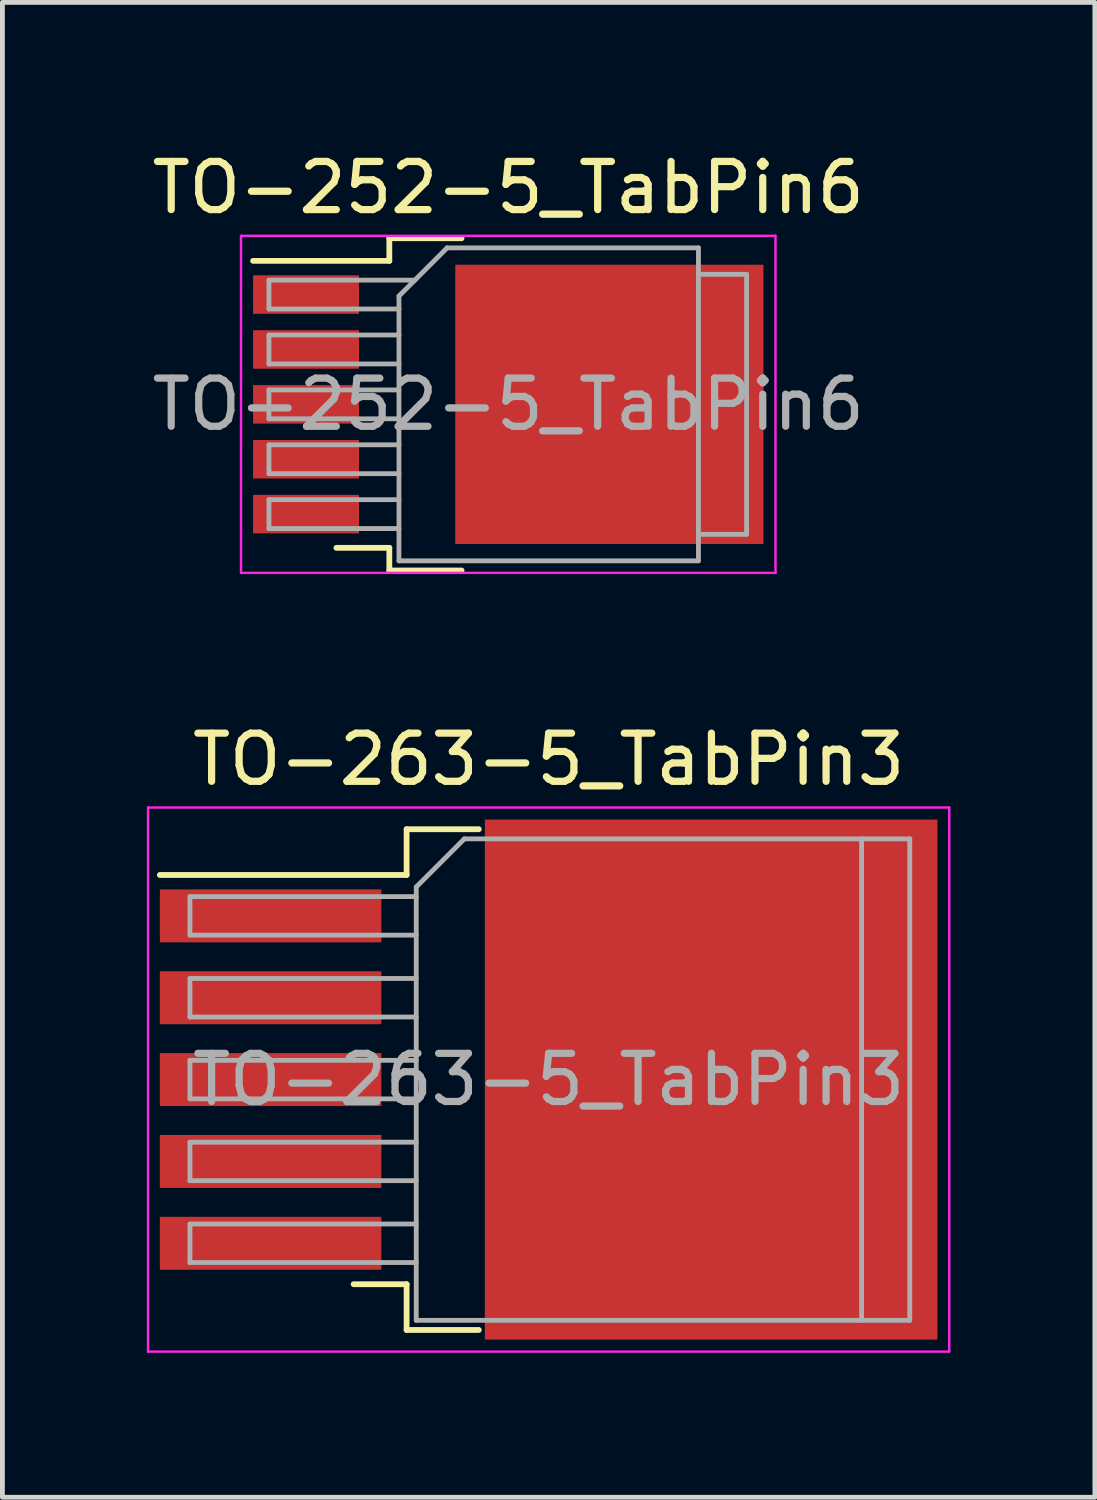
<source format=kicad_pcb>
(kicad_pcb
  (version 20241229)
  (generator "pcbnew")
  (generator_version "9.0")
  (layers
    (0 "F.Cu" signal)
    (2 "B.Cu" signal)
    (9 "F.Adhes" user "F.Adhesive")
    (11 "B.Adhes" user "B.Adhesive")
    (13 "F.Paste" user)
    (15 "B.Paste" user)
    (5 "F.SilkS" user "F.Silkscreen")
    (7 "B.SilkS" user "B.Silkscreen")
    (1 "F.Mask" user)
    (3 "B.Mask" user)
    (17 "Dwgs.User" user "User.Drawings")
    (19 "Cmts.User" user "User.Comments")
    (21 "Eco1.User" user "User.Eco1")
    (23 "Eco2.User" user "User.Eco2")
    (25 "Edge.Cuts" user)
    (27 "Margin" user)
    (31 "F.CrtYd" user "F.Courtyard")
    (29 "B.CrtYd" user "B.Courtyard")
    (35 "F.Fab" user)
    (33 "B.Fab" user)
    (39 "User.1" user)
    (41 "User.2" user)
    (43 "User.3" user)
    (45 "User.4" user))
  (footprint "TO-263-5_TabPin3"
    (layer "F.Cu")
    (at 8.345 19.372)
    (property "Reference" "TO-263-5_TabPin3" (at 0 -6.65 0) (layer "F.SilkS") (effects (font (size 1 1) (thickness 0.15))))
    (attr smd)
    (fp_line (start -2.95 -5.2) (end -2.95 -4.25) (stroke (width 0.12) (type solid)) (layer "F.SilkS"))
    (fp_line (start -2.95 -4.25) (end -8.075 -4.25) (stroke (width 0.12) (type solid)) (layer "F.SilkS"))
    (fp_line (start -2.95 4.25) (end -4.05 4.25) (stroke (width 0.12) (type solid)) (layer "F.SilkS"))
    (fp_line (start -2.95 5.2) (end -2.95 4.25) (stroke (width 0.12) (type solid)) (layer "F.SilkS"))
    (fp_line (start -1.45 -5.2) (end -2.95 -5.2) (stroke (width 0.12) (type solid)) (layer "F.SilkS"))
    (fp_line (start -1.45 5.2) (end -2.95 5.2) (stroke (width 0.12) (type solid)) (layer "F.SilkS"))
    (fp_line (start -8.32 -5.65) (end -8.32 5.65) (stroke (width 0.05) (type solid)) (layer "F.CrtYd"))
    (fp_line (start -8.32 5.65) (end 8.32 5.65) (stroke (width 0.05) (type solid)) (layer "F.CrtYd"))
    (fp_line (start 8.32 -5.65) (end -8.32 -5.65) (stroke (width 0.05) (type solid)) (layer "F.CrtYd"))
    (fp_line (start 8.32 5.65) (end 8.32 -5.65) (stroke (width 0.05) (type solid)) (layer "F.CrtYd"))
    (fp_line (start -7.45 -3.8) (end -7.45 -3) (stroke (width 0.1) (type solid)) (layer "F.Fab"))
    (fp_line (start -7.45 -3) (end -2.75 -3) (stroke (width 0.1) (type solid)) (layer "F.Fab"))
    (fp_line (start -7.45 -2.1) (end -7.45 -1.3) (stroke (width 0.1) (type solid)) (layer "F.Fab"))
    (fp_line (start -7.45 -1.3) (end -2.75 -1.3) (stroke (width 0.1) (type solid)) (layer "F.Fab"))
    (fp_line (start -7.45 -0.4) (end -7.45 0.4) (stroke (width 0.1) (type solid)) (layer "F.Fab"))
    (fp_line (start -7.45 0.4) (end -2.75 0.4) (stroke (width 0.1) (type solid)) (layer "F.Fab"))
    (fp_line (start -7.45 1.3) (end -7.45 2.1) (stroke (width 0.1) (type solid)) (layer "F.Fab"))
    (fp_line (start -7.45 2.1) (end -2.75 2.1) (stroke (width 0.1) (type solid)) (layer "F.Fab"))
    (fp_line (start -7.45 3) (end -7.45 3.8) (stroke (width 0.1) (type solid)) (layer "F.Fab"))
    (fp_line (start -7.45 3.8) (end -2.75 3.8) (stroke (width 0.1) (type solid)) (layer "F.Fab"))
    (fp_line (start -2.75 -4) (end -1.75 -5) (stroke (width 0.1) (type solid)) (layer "F.Fab"))
    (fp_line (start -2.75 -3.8) (end -7.45 -3.8) (stroke (width 0.1) (type solid)) (layer "F.Fab"))
    (fp_line (start -2.75 -2.1) (end -7.45 -2.1) (stroke (width 0.1) (type solid)) (layer "F.Fab"))
    (fp_line (start -2.75 -0.4) (end -7.45 -0.4) (stroke (width 0.1) (type solid)) (layer "F.Fab"))
    (fp_line (start -2.75 1.3) (end -7.45 1.3) (stroke (width 0.1) (type solid)) (layer "F.Fab"))
    (fp_line (start -2.75 3) (end -7.45 3) (stroke (width 0.1) (type solid)) (layer "F.Fab"))
    (fp_line (start -2.75 5) (end -2.75 -4) (stroke (width 0.1) (type solid)) (layer "F.Fab"))
    (fp_line (start -1.75 -5) (end 6.5 -5) (stroke (width 0.1) (type solid)) (layer "F.Fab"))
    (fp_line (start 6.5 -5) (end 6.5 5) (stroke (width 0.1) (type solid)) (layer "F.Fab"))
    (fp_line (start 6.5 -5) (end 7.5 -5) (stroke (width 0.1) (type solid)) (layer "F.Fab"))
    (fp_line (start 6.5 5) (end -2.75 5) (stroke (width 0.1) (type solid)) (layer "F.Fab"))
    (fp_line (start 7.5 -5) (end 7.5 5) (stroke (width 0.1) (type solid)) (layer "F.Fab"))
    (fp_line (start 7.5 5) (end 6.5 5) (stroke (width 0.1) (type solid)) (layer "F.Fab"))
    (fp_text user "${REFERENCE}" (at 0 0 0) (layer "F.Fab") (effects (font (size 1 1) (thickness 0.15))))
    (pad "" smd rect (at 0.95 -2.775) (size 4.55 5.25) (layers "F.Paste"))
    (pad "" smd rect (at 0.95 2.775) (size 4.55 5.25) (layers "F.Paste"))
    (pad "" smd rect (at 5.8 -2.775) (size 4.55 5.25) (layers "F.Paste"))
    (pad "" smd rect (at 5.8 2.775) (size 4.55 5.25) (layers "F.Paste"))
    (pad "1" smd rect (at -5.775 -3.4) (size 4.6 1.1) (layers "F.Cu" "F.Mask" "F.Paste"))
    (pad "2" smd rect (at -5.775 -1.7) (size 4.6 1.1) (layers "F.Cu" "F.Mask" "F.Paste"))
    (pad "3" smd rect (at -5.775 0) (size 4.6 1.1) (layers "F.Cu" "F.Mask" "F.Paste"))
    (pad "3" smd rect (at 3.375 0) (size 9.4 10.8) (layers "F.Cu" "F.Mask"))
    (pad "4" smd rect (at -5.775 1.7) (size 4.6 1.1) (layers "F.Cu" "F.Mask" "F.Paste"))
    (pad "5" smd rect (at -5.775 3.4) (size 4.6 1.1) (layers "F.Cu" "F.Mask" "F.Paste")))
  (footprint "TO-252-5_TabPin6"
    (layer "F.Cu")
    (at 7.506 5.348)
    (property "Reference" "TO-252-5_TabPin6" (at 0 -4.5 0) (layer "F.SilkS") (effects (font (size 1 1) (thickness 0.15))))
    (attr smd)
    (fp_line (start -2.47 -3.45) (end -2.47 -2.98) (stroke (width 0.12) (type solid)) (layer "F.SilkS"))
    (fp_line (start -2.47 -2.98) (end -5.3 -2.98) (stroke (width 0.12) (type solid)) (layer "F.SilkS"))
    (fp_line (start -2.47 2.98) (end -3.57 2.98) (stroke (width 0.12) (type solid)) (layer "F.SilkS"))
    (fp_line (start -2.47 3.45) (end -2.47 2.98) (stroke (width 0.12) (type solid)) (layer "F.SilkS"))
    (fp_line (start -0.97 -3.45) (end -2.47 -3.45) (stroke (width 0.12) (type solid)) (layer "F.SilkS"))
    (fp_line (start -0.97 3.45) (end -2.47 3.45) (stroke (width 0.12) (type solid)) (layer "F.SilkS"))
    (fp_line (start -5.55 -3.5) (end -5.55 3.5) (stroke (width 0.05) (type solid)) (layer "F.CrtYd"))
    (fp_line (start -5.55 3.5) (end 5.55 3.5) (stroke (width 0.05) (type solid)) (layer "F.CrtYd"))
    (fp_line (start 5.55 -3.5) (end -5.55 -3.5) (stroke (width 0.05) (type solid)) (layer "F.CrtYd"))
    (fp_line (start 5.55 3.5) (end 5.55 -3.5) (stroke (width 0.05) (type solid)) (layer "F.CrtYd"))
    (fp_line (start -4.97 -2.58) (end -4.97 -1.98) (stroke (width 0.1) (type solid)) (layer "F.Fab"))
    (fp_line (start -4.97 -1.98) (end -2.27 -1.98) (stroke (width 0.1) (type solid)) (layer "F.Fab"))
    (fp_line (start -4.97 -1.44) (end -4.97 -0.84) (stroke (width 0.1) (type solid)) (layer "F.Fab"))
    (fp_line (start -4.97 -0.84) (end -2.27 -0.84) (stroke (width 0.1) (type solid)) (layer "F.Fab"))
    (fp_line (start -4.97 -0.3) (end -4.97 0.3) (stroke (width 0.1) (type solid)) (layer "F.Fab"))
    (fp_line (start -4.97 0.3) (end -2.27 0.3) (stroke (width 0.1) (type solid)) (layer "F.Fab"))
    (fp_line (start -4.97 0.84) (end -4.97 1.44) (stroke (width 0.1) (type solid)) (layer "F.Fab"))
    (fp_line (start -4.97 1.44) (end -2.27 1.44) (stroke (width 0.1) (type solid)) (layer "F.Fab"))
    (fp_line (start -4.97 1.98) (end -4.97 2.58) (stroke (width 0.1) (type solid)) (layer "F.Fab"))
    (fp_line (start -4.97 2.58) (end -2.27 2.58) (stroke (width 0.1) (type solid)) (layer "F.Fab"))
    (fp_line (start -2.27 -2.25) (end -1.27 -3.25) (stroke (width 0.1) (type solid)) (layer "F.Fab"))
    (fp_line (start -2.27 -1.44) (end -4.97 -1.44) (stroke (width 0.1) (type solid)) (layer "F.Fab"))
    (fp_line (start -2.27 -0.3) (end -4.97 -0.3) (stroke (width 0.1) (type solid)) (layer "F.Fab"))
    (fp_line (start -2.27 0.84) (end -4.97 0.84) (stroke (width 0.1) (type solid)) (layer "F.Fab"))
    (fp_line (start -2.27 1.98) (end -4.97 1.98) (stroke (width 0.1) (type solid)) (layer "F.Fab"))
    (fp_line (start -2.27 3.25) (end -2.27 -2.25) (stroke (width 0.1) (type solid)) (layer "F.Fab"))
    (fp_line (start -1.94 -2.58) (end -4.97 -2.58) (stroke (width 0.1) (type solid)) (layer "F.Fab"))
    (fp_line (start -1.27 -3.25) (end 3.95 -3.25) (stroke (width 0.1) (type solid)) (layer "F.Fab"))
    (fp_line (start 3.95 -3.25) (end 3.95 3.25) (stroke (width 0.1) (type solid)) (layer "F.Fab"))
    (fp_line (start 3.95 -2.7) (end 4.95 -2.7) (stroke (width 0.1) (type solid)) (layer "F.Fab"))
    (fp_line (start 3.95 3.25) (end -2.27 3.25) (stroke (width 0.1) (type solid)) (layer "F.Fab"))
    (fp_line (start 4.95 -2.7) (end 4.95 2.7) (stroke (width 0.1) (type solid)) (layer "F.Fab"))
    (fp_line (start 4.95 2.7) (end 3.95 2.7) (stroke (width 0.1) (type solid)) (layer "F.Fab"))
    (fp_text user "${REFERENCE}" (at 0 0 0) (layer "F.Fab") (effects (font (size 1 1) (thickness 0.15))))
    (pad "" smd rect (at 0.425 -1.525) (size 3.05 2.75) (layers "F.Paste"))
    (pad "" smd rect (at 0.425 1.525) (size 3.05 2.75) (layers "F.Paste"))
    (pad "" smd rect (at 3.775 -1.525) (size 3.05 2.75) (layers "F.Paste"))
    (pad "" smd rect (at 3.775 1.525) (size 3.05 2.75) (layers "F.Paste"))
    (pad "1" smd rect (at -4.2 -2.28) (size 2.2 0.8) (layers "F.Cu" "F.Mask" "F.Paste"))
    (pad "2" smd rect (at -4.2 -1.14) (size 2.2 0.8) (layers "F.Cu" "F.Mask" "F.Paste"))
    (pad "3" smd rect (at -4.2 0) (size 2.2 0.8) (layers "F.Cu" "F.Mask" "F.Paste"))
    (pad "4" smd rect (at -4.2 1.14) (size 2.2 0.8) (layers "F.Cu" "F.Mask" "F.Paste"))
    (pad "5" smd rect (at -4.2 2.28) (size 2.2 0.8) (layers "F.Cu" "F.Mask" "F.Paste"))
    (pad "6" smd rect (at 2.1 0) (size 6.4 5.8) (layers "F.Cu" "F.Mask")))
  (gr_rect
    (start -3 -3)
    (end 19.69 28.047)
    (stroke (width 0.1) (type default))
    (fill no)
    (layer "Edge.Cuts")))
</source>
